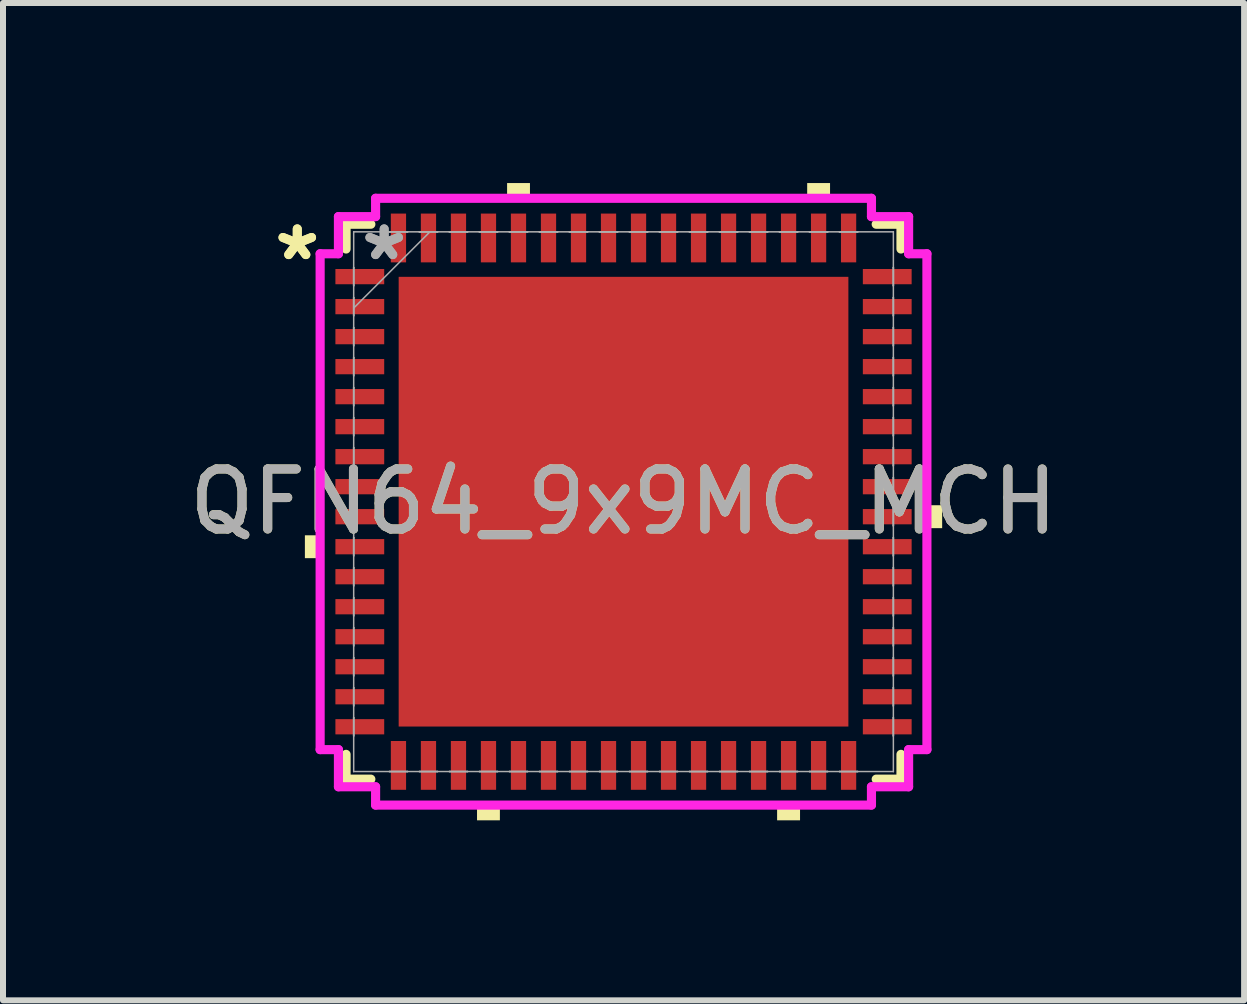
<source format=kicad_pcb>
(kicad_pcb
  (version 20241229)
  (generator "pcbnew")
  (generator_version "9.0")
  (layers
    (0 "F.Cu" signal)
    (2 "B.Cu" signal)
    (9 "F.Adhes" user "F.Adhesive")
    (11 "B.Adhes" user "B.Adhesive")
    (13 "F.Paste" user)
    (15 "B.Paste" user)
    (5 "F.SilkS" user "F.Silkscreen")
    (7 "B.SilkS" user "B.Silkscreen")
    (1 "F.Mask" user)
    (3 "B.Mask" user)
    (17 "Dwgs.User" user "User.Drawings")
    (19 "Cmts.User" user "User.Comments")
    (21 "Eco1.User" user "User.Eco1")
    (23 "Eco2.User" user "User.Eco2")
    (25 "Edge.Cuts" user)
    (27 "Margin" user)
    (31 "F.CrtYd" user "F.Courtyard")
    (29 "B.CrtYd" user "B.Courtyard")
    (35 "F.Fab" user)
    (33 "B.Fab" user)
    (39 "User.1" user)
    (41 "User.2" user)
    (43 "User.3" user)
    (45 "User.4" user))
  (footprint "QFN64_9x9MC_MCH"
    (layer "F.Cu")
    (at 7.339 5.309)
    (property "Reference" "QFN64_9x9MC_MCH" (at 0 0 0) (unlocked yes) (layer "F.SilkS") (effects (font (size 1 1) (thickness 0.15))))
    (attr smd)
    (fp_line (start -4.623 -4.623) (end -4.623 -4.21) (stroke (width 0.152) (type solid)) (layer "F.SilkS"))
    (fp_line (start -4.623 4.21) (end -4.623 4.623) (stroke (width 0.152) (type solid)) (layer "F.SilkS"))
    (fp_line (start -4.623 4.623) (end -4.21 4.623) (stroke (width 0.152) (type solid)) (layer "F.SilkS"))
    (fp_line (start -4.21 -4.623) (end -4.623 -4.623) (stroke (width 0.152) (type solid)) (layer "F.SilkS"))
    (fp_line (start 4.21 4.623) (end 4.623 4.623) (stroke (width 0.152) (type solid)) (layer "F.SilkS"))
    (fp_line (start 4.623 -4.623) (end 4.21 -4.623) (stroke (width 0.152) (type solid)) (layer "F.SilkS"))
    (fp_line (start 4.623 -4.21) (end 4.623 -4.623) (stroke (width 0.152) (type solid)) (layer "F.SilkS"))
    (fp_line (start 4.623 4.623) (end 4.623 4.21) (stroke (width 0.152) (type solid)) (layer "F.SilkS"))
    (fp_poly (pts (xy -5.309 0.56) (xy -5.309 0.941) (xy -5.055 0.941) (xy -5.055 0.56)) (stroke (width 0) (type solid)) (fill yes) (layer "F.SilkS"))
    (fp_poly (pts (xy -2.441 5.055) (xy -2.441 5.309) (xy -2.06 5.309) (xy -2.06 5.055)) (stroke (width 0) (type solid)) (fill yes) (layer "F.SilkS"))
    (fp_poly (pts (xy -1.94 -5.055) (xy -1.94 -5.309) (xy -1.559 -5.309) (xy -1.559 -5.055)) (stroke (width 0) (type solid)) (fill yes) (layer "F.SilkS"))
    (fp_poly (pts (xy 2.559 5.055) (xy 2.559 5.309) (xy 2.941 5.309) (xy 2.941 5.055)) (stroke (width 0) (type solid)) (fill yes) (layer "F.SilkS"))
    (fp_poly (pts (xy 3.06 -5.055) (xy 3.06 -5.309) (xy 3.441 -5.309) (xy 3.441 -5.055)) (stroke (width 0) (type solid)) (fill yes) (layer "F.SilkS"))
    (fp_poly (pts (xy 5.309 0.059) (xy 5.309 0.441) (xy 5.055 0.441) (xy 5.055 0.059)) (stroke (width 0) (type solid)) (fill yes) (layer "F.SilkS"))
    (fp_poly (pts (xy -3.647 -3.647) (xy -3.647 -2.348) (xy -2.348 -2.348) (xy -2.348 -3.647)) (stroke (width 0) (type solid)) (fill yes) (layer "F.Paste"))
    (fp_poly (pts (xy -3.647 -2.148) (xy -3.647 -0.849) (xy -2.348 -0.849) (xy -2.348 -2.148)) (stroke (width 0) (type solid)) (fill yes) (layer "F.Paste"))
    (fp_poly (pts (xy -3.647 -0.649) (xy -3.647 0.649) (xy -2.348 0.649) (xy -2.348 -0.649)) (stroke (width 0) (type solid)) (fill yes) (layer "F.Paste"))
    (fp_poly (pts (xy -3.647 0.849) (xy -3.647 2.148) (xy -2.348 2.148) (xy -2.348 0.849)) (stroke (width 0) (type solid)) (fill yes) (layer "F.Paste"))
    (fp_poly (pts (xy -3.647 2.348) (xy -3.647 3.647) (xy -2.348 3.647) (xy -2.348 2.348)) (stroke (width 0) (type solid)) (fill yes) (layer "F.Paste"))
    (fp_poly (pts (xy -2.148 -3.647) (xy -2.148 -2.348) (xy -0.849 -2.348) (xy -0.849 -3.647)) (stroke (width 0) (type solid)) (fill yes) (layer "F.Paste"))
    (fp_poly (pts (xy -2.148 -2.148) (xy -2.148 -0.849) (xy -0.849 -0.849) (xy -0.849 -2.148)) (stroke (width 0) (type solid)) (fill yes) (layer "F.Paste"))
    (fp_poly (pts (xy -2.148 -0.649) (xy -2.148 0.649) (xy -0.849 0.649) (xy -0.849 -0.649)) (stroke (width 0) (type solid)) (fill yes) (layer "F.Paste"))
    (fp_poly (pts (xy -2.148 0.849) (xy -2.148 2.148) (xy -0.849 2.148) (xy -0.849 0.849)) (stroke (width 0) (type solid)) (fill yes) (layer "F.Paste"))
    (fp_poly (pts (xy -2.148 2.348) (xy -2.148 3.647) (xy -0.849 3.647) (xy -0.849 2.348)) (stroke (width 0) (type solid)) (fill yes) (layer "F.Paste"))
    (fp_poly (pts (xy -0.649 -3.647) (xy -0.649 -2.348) (xy 0.649 -2.348) (xy 0.649 -3.647)) (stroke (width 0) (type solid)) (fill yes) (layer "F.Paste"))
    (fp_poly (pts (xy -0.649 -2.148) (xy -0.649 -0.849) (xy 0.649 -0.849) (xy 0.649 -2.148)) (stroke (width 0) (type solid)) (fill yes) (layer "F.Paste"))
    (fp_poly (pts (xy -0.649 -0.649) (xy -0.649 0.649) (xy 0.649 0.649) (xy 0.649 -0.649)) (stroke (width 0) (type solid)) (fill yes) (layer "F.Paste"))
    (fp_poly (pts (xy -0.649 0.849) (xy -0.649 2.148) (xy 0.649 2.148) (xy 0.649 0.849)) (stroke (width 0) (type solid)) (fill yes) (layer "F.Paste"))
    (fp_poly (pts (xy -0.649 2.348) (xy -0.649 3.647) (xy 0.649 3.647) (xy 0.649 2.348)) (stroke (width 0) (type solid)) (fill yes) (layer "F.Paste"))
    (fp_poly (pts (xy 0.849 -3.647) (xy 0.849 -2.348) (xy 2.148 -2.348) (xy 2.148 -3.647)) (stroke (width 0) (type solid)) (fill yes) (layer "F.Paste"))
    (fp_poly (pts (xy 0.849 -2.148) (xy 0.849 -0.849) (xy 2.148 -0.849) (xy 2.148 -2.148)) (stroke (width 0) (type solid)) (fill yes) (layer "F.Paste"))
    (fp_poly (pts (xy 0.849 -0.649) (xy 0.849 0.649) (xy 2.148 0.649) (xy 2.148 -0.649)) (stroke (width 0) (type solid)) (fill yes) (layer "F.Paste"))
    (fp_poly (pts (xy 0.849 0.849) (xy 0.849 2.148) (xy 2.148 2.148) (xy 2.148 0.849)) (stroke (width 0) (type solid)) (fill yes) (layer "F.Paste"))
    (fp_poly (pts (xy 0.849 2.348) (xy 0.849 3.647) (xy 2.148 3.647) (xy 2.148 2.348)) (stroke (width 0) (type solid)) (fill yes) (layer "F.Paste"))
    (fp_poly (pts (xy 2.348 -3.647) (xy 2.348 -2.348) (xy 3.647 -2.348) (xy 3.647 -3.647)) (stroke (width 0) (type solid)) (fill yes) (layer "F.Paste"))
    (fp_poly (pts (xy 2.348 -2.148) (xy 2.348 -0.849) (xy 3.647 -0.849) (xy 3.647 -2.148)) (stroke (width 0) (type solid)) (fill yes) (layer "F.Paste"))
    (fp_poly (pts (xy 2.348 -0.649) (xy 2.348 0.649) (xy 3.647 0.649) (xy 3.647 -0.649)) (stroke (width 0) (type solid)) (fill yes) (layer "F.Paste"))
    (fp_poly (pts (xy 2.348 0.849) (xy 2.348 2.148) (xy 3.647 2.148) (xy 3.647 0.849)) (stroke (width 0) (type solid)) (fill yes) (layer "F.Paste"))
    (fp_poly (pts (xy 2.348 2.348) (xy 2.348 3.647) (xy 3.647 3.647) (xy 3.647 2.348)) (stroke (width 0) (type solid)) (fill yes) (layer "F.Paste"))
    (fp_line (start -5.055 -4.131) (end -4.75 -4.131) (stroke (width 0.152) (type solid)) (layer "F.CrtYd"))
    (fp_line (start -5.055 4.131) (end -5.055 -4.131) (stroke (width 0.152) (type solid)) (layer "F.CrtYd"))
    (fp_line (start -4.75 -4.75) (end -4.131 -4.75) (stroke (width 0.152) (type solid)) (layer "F.CrtYd"))
    (fp_line (start -4.75 -4.131) (end -4.75 -4.75) (stroke (width 0.152) (type solid)) (layer "F.CrtYd"))
    (fp_line (start -4.75 4.131) (end -5.055 4.131) (stroke (width 0.152) (type solid)) (layer "F.CrtYd"))
    (fp_line (start -4.75 4.75) (end -4.75 4.131) (stroke (width 0.152) (type solid)) (layer "F.CrtYd"))
    (fp_line (start -4.131 -5.055) (end 4.131 -5.055) (stroke (width 0.152) (type solid)) (layer "F.CrtYd"))
    (fp_line (start -4.131 -4.75) (end -4.131 -5.055) (stroke (width 0.152) (type solid)) (layer "F.CrtYd"))
    (fp_line (start -4.131 4.75) (end -4.75 4.75) (stroke (width 0.152) (type solid)) (layer "F.CrtYd"))
    (fp_line (start -4.131 5.055) (end -4.131 4.75) (stroke (width 0.152) (type solid)) (layer "F.CrtYd"))
    (fp_line (start 4.131 -5.055) (end 4.131 -4.75) (stroke (width 0.152) (type solid)) (layer "F.CrtYd"))
    (fp_line (start 4.131 -4.75) (end 4.75 -4.75) (stroke (width 0.152) (type solid)) (layer "F.CrtYd"))
    (fp_line (start 4.131 4.75) (end 4.131 5.055) (stroke (width 0.152) (type solid)) (layer "F.CrtYd"))
    (fp_line (start 4.131 5.055) (end -4.131 5.055) (stroke (width 0.152) (type solid)) (layer "F.CrtYd"))
    (fp_line (start 4.75 -4.75) (end 4.75 -4.131) (stroke (width 0.152) (type solid)) (layer "F.CrtYd"))
    (fp_line (start 4.75 -4.131) (end 5.055 -4.131) (stroke (width 0.152) (type solid)) (layer "F.CrtYd"))
    (fp_line (start 4.75 4.131) (end 4.75 4.75) (stroke (width 0.152) (type solid)) (layer "F.CrtYd"))
    (fp_line (start 4.75 4.75) (end 4.131 4.75) (stroke (width 0.152) (type solid)) (layer "F.CrtYd"))
    (fp_line (start 5.055 -4.131) (end 5.055 4.131) (stroke (width 0.152) (type solid)) (layer "F.CrtYd"))
    (fp_line (start 5.055 4.131) (end 4.75 4.131) (stroke (width 0.152) (type solid)) (layer "F.CrtYd"))
    (fp_line (start -4.496 -4.496) (end -4.496 -4.496) (stroke (width 0.025) (type solid)) (layer "F.Fab"))
    (fp_line (start -4.496 -4.496) (end -4.496 4.496) (stroke (width 0.025) (type solid)) (layer "F.Fab"))
    (fp_line (start -4.496 -3.902) (end -4.496 -3.902) (stroke (width 0.025) (type solid)) (layer "F.Fab"))
    (fp_line (start -4.496 -3.902) (end -4.496 -3.598) (stroke (width 0.025) (type solid)) (layer "F.Fab"))
    (fp_line (start -4.496 -3.598) (end -4.496 -3.902) (stroke (width 0.025) (type solid)) (layer "F.Fab"))
    (fp_line (start -4.496 -3.598) (end -4.496 -3.598) (stroke (width 0.025) (type solid)) (layer "F.Fab"))
    (fp_line (start -4.496 -3.402) (end -4.496 -3.402) (stroke (width 0.025) (type solid)) (layer "F.Fab"))
    (fp_line (start -4.496 -3.402) (end -4.496 -3.098) (stroke (width 0.025) (type solid)) (layer "F.Fab"))
    (fp_line (start -4.496 -3.226) (end -3.226 -4.496) (stroke (width 0.025) (type solid)) (layer "F.Fab"))
    (fp_line (start -4.496 -3.098) (end -4.496 -3.402) (stroke (width 0.025) (type solid)) (layer "F.Fab"))
    (fp_line (start -4.496 -3.098) (end -4.496 -3.098) (stroke (width 0.025) (type solid)) (layer "F.Fab"))
    (fp_line (start -4.496 -2.902) (end -4.496 -2.902) (stroke (width 0.025) (type solid)) (layer "F.Fab"))
    (fp_line (start -4.496 -2.902) (end -4.496 -2.598) (stroke (width 0.025) (type solid)) (layer "F.Fab"))
    (fp_line (start -4.496 -2.598) (end -4.496 -2.902) (stroke (width 0.025) (type solid)) (layer "F.Fab"))
    (fp_line (start -4.496 -2.598) (end -4.496 -2.598) (stroke (width 0.025) (type solid)) (layer "F.Fab"))
    (fp_line (start -4.496 -2.402) (end -4.496 -2.402) (stroke (width 0.025) (type solid)) (layer "F.Fab"))
    (fp_line (start -4.496 -2.402) (end -4.496 -2.098) (stroke (width 0.025) (type solid)) (layer "F.Fab"))
    (fp_line (start -4.496 -2.098) (end -4.496 -2.402) (stroke (width 0.025) (type solid)) (layer "F.Fab"))
    (fp_line (start -4.496 -2.098) (end -4.496 -2.098) (stroke (width 0.025) (type solid)) (layer "F.Fab"))
    (fp_line (start -4.496 -1.902) (end -4.496 -1.902) (stroke (width 0.025) (type solid)) (layer "F.Fab"))
    (fp_line (start -4.496 -1.902) (end -4.496 -1.598) (stroke (width 0.025) (type solid)) (layer "F.Fab"))
    (fp_line (start -4.496 -1.598) (end -4.496 -1.902) (stroke (width 0.025) (type solid)) (layer "F.Fab"))
    (fp_line (start -4.496 -1.598) (end -4.496 -1.598) (stroke (width 0.025) (type solid)) (layer "F.Fab"))
    (fp_line (start -4.496 -1.402) (end -4.496 -1.402) (stroke (width 0.025) (type solid)) (layer "F.Fab"))
    (fp_line (start -4.496 -1.402) (end -4.496 -1.098) (stroke (width 0.025) (type solid)) (layer "F.Fab"))
    (fp_line (start -4.496 -1.098) (end -4.496 -1.402) (stroke (width 0.025) (type solid)) (layer "F.Fab"))
    (fp_line (start -4.496 -1.098) (end -4.496 -1.098) (stroke (width 0.025) (type solid)) (layer "F.Fab"))
    (fp_line (start -4.496 -0.902) (end -4.496 -0.902) (stroke (width 0.025) (type solid)) (layer "F.Fab"))
    (fp_line (start -4.496 -0.902) (end -4.496 -0.598) (stroke (width 0.025) (type solid)) (layer "F.Fab"))
    (fp_line (start -4.496 -0.598) (end -4.496 -0.902) (stroke (width 0.025) (type solid)) (layer "F.Fab"))
    (fp_line (start -4.496 -0.598) (end -4.496 -0.598) (stroke (width 0.025) (type solid)) (layer "F.Fab"))
    (fp_line (start -4.496 -0.402) (end -4.496 -0.402) (stroke (width 0.025) (type solid)) (layer "F.Fab"))
    (fp_line (start -4.496 -0.402) (end -4.496 -0.098) (stroke (width 0.025) (type solid)) (layer "F.Fab"))
    (fp_line (start -4.496 -0.098) (end -4.496 -0.402) (stroke (width 0.025) (type solid)) (layer "F.Fab"))
    (fp_line (start -4.496 -0.098) (end -4.496 -0.098) (stroke (width 0.025) (type solid)) (layer "F.Fab"))
    (fp_line (start -4.496 0.098) (end -4.496 0.098) (stroke (width 0.025) (type solid)) (layer "F.Fab"))
    (fp_line (start -4.496 0.098) (end -4.496 0.402) (stroke (width 0.025) (type solid)) (layer "F.Fab"))
    (fp_line (start -4.496 0.402) (end -4.496 0.098) (stroke (width 0.025) (type solid)) (layer "F.Fab"))
    (fp_line (start -4.496 0.402) (end -4.496 0.402) (stroke (width 0.025) (type solid)) (layer "F.Fab"))
    (fp_line (start -4.496 0.598) (end -4.496 0.598) (stroke (width 0.025) (type solid)) (layer "F.Fab"))
    (fp_line (start -4.496 0.598) (end -4.496 0.902) (stroke (width 0.025) (type solid)) (layer "F.Fab"))
    (fp_line (start -4.496 0.902) (end -4.496 0.598) (stroke (width 0.025) (type solid)) (layer "F.Fab"))
    (fp_line (start -4.496 0.902) (end -4.496 0.902) (stroke (width 0.025) (type solid)) (layer "F.Fab"))
    (fp_line (start -4.496 1.098) (end -4.496 1.098) (stroke (width 0.025) (type solid)) (layer "F.Fab"))
    (fp_line (start -4.496 1.098) (end -4.496 1.402) (stroke (width 0.025) (type solid)) (layer "F.Fab"))
    (fp_line (start -4.496 1.402) (end -4.496 1.098) (stroke (width 0.025) (type solid)) (layer "F.Fab"))
    (fp_line (start -4.496 1.402) (end -4.496 1.402) (stroke (width 0.025) (type solid)) (layer "F.Fab"))
    (fp_line (start -4.496 1.598) (end -4.496 1.598) (stroke (width 0.025) (type solid)) (layer "F.Fab"))
    (fp_line (start -4.496 1.598) (end -4.496 1.902) (stroke (width 0.025) (type solid)) (layer "F.Fab"))
    (fp_line (start -4.496 1.902) (end -4.496 1.598) (stroke (width 0.025) (type solid)) (layer "F.Fab"))
    (fp_line (start -4.496 1.902) (end -4.496 1.902) (stroke (width 0.025) (type solid)) (layer "F.Fab"))
    (fp_line (start -4.496 2.098) (end -4.496 2.098) (stroke (width 0.025) (type solid)) (layer "F.Fab"))
    (fp_line (start -4.496 2.098) (end -4.496 2.402) (stroke (width 0.025) (type solid)) (layer "F.Fab"))
    (fp_line (start -4.496 2.402) (end -4.496 2.098) (stroke (width 0.025) (type solid)) (layer "F.Fab"))
    (fp_line (start -4.496 2.402) (end -4.496 2.402) (stroke (width 0.025) (type solid)) (layer "F.Fab"))
    (fp_line (start -4.496 2.598) (end -4.496 2.598) (stroke (width 0.025) (type solid)) (layer "F.Fab"))
    (fp_line (start -4.496 2.598) (end -4.496 2.902) (stroke (width 0.025) (type solid)) (layer "F.Fab"))
    (fp_line (start -4.496 2.902) (end -4.496 2.598) (stroke (width 0.025) (type solid)) (layer "F.Fab"))
    (fp_line (start -4.496 2.902) (end -4.496 2.902) (stroke (width 0.025) (type solid)) (layer "F.Fab"))
    (fp_line (start -4.496 3.098) (end -4.496 3.098) (stroke (width 0.025) (type solid)) (layer "F.Fab"))
    (fp_line (start -4.496 3.098) (end -4.496 3.402) (stroke (width 0.025) (type solid)) (layer "F.Fab"))
    (fp_line (start -4.496 3.402) (end -4.496 3.098) (stroke (width 0.025) (type solid)) (layer "F.Fab"))
    (fp_line (start -4.496 3.402) (end -4.496 3.402) (stroke (width 0.025) (type solid)) (layer "F.Fab"))
    (fp_line (start -4.496 3.598) (end -4.496 3.598) (stroke (width 0.025) (type solid)) (layer "F.Fab"))
    (fp_line (start -4.496 3.598) (end -4.496 3.902) (stroke (width 0.025) (type solid)) (layer "F.Fab"))
    (fp_line (start -4.496 3.902) (end -4.496 3.598) (stroke (width 0.025) (type solid)) (layer "F.Fab"))
    (fp_line (start -4.496 3.902) (end -4.496 3.902) (stroke (width 0.025) (type solid)) (layer "F.Fab"))
    (fp_line (start -4.496 4.496) (end -4.496 4.496) (stroke (width 0.025) (type solid)) (layer "F.Fab"))
    (fp_line (start -4.496 4.496) (end 4.496 4.496) (stroke (width 0.025) (type solid)) (layer "F.Fab"))
    (fp_line (start -3.902 -4.496) (end -3.902 -4.496) (stroke (width 0.025) (type solid)) (layer "F.Fab"))
    (fp_line (start -3.902 -4.496) (end -3.598 -4.496) (stroke (width 0.025) (type solid)) (layer "F.Fab"))
    (fp_line (start -3.902 4.496) (end -3.902 4.496) (stroke (width 0.025) (type solid)) (layer "F.Fab"))
    (fp_line (start -3.902 4.496) (end -3.598 4.496) (stroke (width 0.025) (type solid)) (layer "F.Fab"))
    (fp_line (start -3.598 -4.496) (end -3.902 -4.496) (stroke (width 0.025) (type solid)) (layer "F.Fab"))
    (fp_line (start -3.598 -4.496) (end -3.598 -4.496) (stroke (width 0.025) (type solid)) (layer "F.Fab"))
    (fp_line (start -3.598 4.496) (end -3.902 4.496) (stroke (width 0.025) (type solid)) (layer "F.Fab"))
    (fp_line (start -3.598 4.496) (end -3.598 4.496) (stroke (width 0.025) (type solid)) (layer "F.Fab"))
    (fp_line (start -3.402 -4.496) (end -3.402 -4.496) (stroke (width 0.025) (type solid)) (layer "F.Fab"))
    (fp_line (start -3.402 -4.496) (end -3.098 -4.496) (stroke (width 0.025) (type solid)) (layer "F.Fab"))
    (fp_line (start -3.402 4.496) (end -3.402 4.496) (stroke (width 0.025) (type solid)) (layer "F.Fab"))
    (fp_line (start -3.402 4.496) (end -3.098 4.496) (stroke (width 0.025) (type solid)) (layer "F.Fab"))
    (fp_line (start -3.098 -4.496) (end -3.402 -4.496) (stroke (width 0.025) (type solid)) (layer "F.Fab"))
    (fp_line (start -3.098 -4.496) (end -3.098 -4.496) (stroke (width 0.025) (type solid)) (layer "F.Fab"))
    (fp_line (start -3.098 4.496) (end -3.402 4.496) (stroke (width 0.025) (type solid)) (layer "F.Fab"))
    (fp_line (start -3.098 4.496) (end -3.098 4.496) (stroke (width 0.025) (type solid)) (layer "F.Fab"))
    (fp_line (start -2.902 -4.496) (end -2.902 -4.496) (stroke (width 0.025) (type solid)) (layer "F.Fab"))
    (fp_line (start -2.902 -4.496) (end -2.598 -4.496) (stroke (width 0.025) (type solid)) (layer "F.Fab"))
    (fp_line (start -2.902 4.496) (end -2.902 4.496) (stroke (width 0.025) (type solid)) (layer "F.Fab"))
    (fp_line (start -2.902 4.496) (end -2.598 4.496) (stroke (width 0.025) (type solid)) (layer "F.Fab"))
    (fp_line (start -2.598 -4.496) (end -2.902 -4.496) (stroke (width 0.025) (type solid)) (layer "F.Fab"))
    (fp_line (start -2.598 -4.496) (end -2.598 -4.496) (stroke (width 0.025) (type solid)) (layer "F.Fab"))
    (fp_line (start -2.598 4.496) (end -2.902 4.496) (stroke (width 0.025) (type solid)) (layer "F.Fab"))
    (fp_line (start -2.598 4.496) (end -2.598 4.496) (stroke (width 0.025) (type solid)) (layer "F.Fab"))
    (fp_line (start -2.402 -4.496) (end -2.402 -4.496) (stroke (width 0.025) (type solid)) (layer "F.Fab"))
    (fp_line (start -2.402 -4.496) (end -2.098 -4.496) (stroke (width 0.025) (type solid)) (layer "F.Fab"))
    (fp_line (start -2.402 4.496) (end -2.402 4.496) (stroke (width 0.025) (type solid)) (layer "F.Fab"))
    (fp_line (start -2.402 4.496) (end -2.098 4.496) (stroke (width 0.025) (type solid)) (layer "F.Fab"))
    (fp_line (start -2.098 -4.496) (end -2.402 -4.496) (stroke (width 0.025) (type solid)) (layer "F.Fab"))
    (fp_line (start -2.098 -4.496) (end -2.098 -4.496) (stroke (width 0.025) (type solid)) (layer "F.Fab"))
    (fp_line (start -2.098 4.496) (end -2.402 4.496) (stroke (width 0.025) (type solid)) (layer "F.Fab"))
    (fp_line (start -2.098 4.496) (end -2.098 4.496) (stroke (width 0.025) (type solid)) (layer "F.Fab"))
    (fp_line (start -1.902 -4.496) (end -1.902 -4.496) (stroke (width 0.025) (type solid)) (layer "F.Fab"))
    (fp_line (start -1.902 -4.496) (end -1.598 -4.496) (stroke (width 0.025) (type solid)) (layer "F.Fab"))
    (fp_line (start -1.902 4.496) (end -1.902 4.496) (stroke (width 0.025) (type solid)) (layer "F.Fab"))
    (fp_line (start -1.902 4.496) (end -1.598 4.496) (stroke (width 0.025) (type solid)) (layer "F.Fab"))
    (fp_line (start -1.598 -4.496) (end -1.902 -4.496) (stroke (width 0.025) (type solid)) (layer "F.Fab"))
    (fp_line (start -1.598 -4.496) (end -1.598 -4.496) (stroke (width 0.025) (type solid)) (layer "F.Fab"))
    (fp_line (start -1.598 4.496) (end -1.902 4.496) (stroke (width 0.025) (type solid)) (layer "F.Fab"))
    (fp_line (start -1.598 4.496) (end -1.598 4.496) (stroke (width 0.025) (type solid)) (layer "F.Fab"))
    (fp_line (start -1.402 -4.496) (end -1.402 -4.496) (stroke (width 0.025) (type solid)) (layer "F.Fab"))
    (fp_line (start -1.402 -4.496) (end -1.098 -4.496) (stroke (width 0.025) (type solid)) (layer "F.Fab"))
    (fp_line (start -1.402 4.496) (end -1.402 4.496) (stroke (width 0.025) (type solid)) (layer "F.Fab"))
    (fp_line (start -1.402 4.496) (end -1.098 4.496) (stroke (width 0.025) (type solid)) (layer "F.Fab"))
    (fp_line (start -1.098 -4.496) (end -1.402 -4.496) (stroke (width 0.025) (type solid)) (layer "F.Fab"))
    (fp_line (start -1.098 -4.496) (end -1.098 -4.496) (stroke (width 0.025) (type solid)) (layer "F.Fab"))
    (fp_line (start -1.098 4.496) (end -1.402 4.496) (stroke (width 0.025) (type solid)) (layer "F.Fab"))
    (fp_line (start -1.098 4.496) (end -1.098 4.496) (stroke (width 0.025) (type solid)) (layer "F.Fab"))
    (fp_line (start -0.902 -4.496) (end -0.902 -4.496) (stroke (width 0.025) (type solid)) (layer "F.Fab"))
    (fp_line (start -0.902 -4.496) (end -0.598 -4.496) (stroke (width 0.025) (type solid)) (layer "F.Fab"))
    (fp_line (start -0.902 4.496) (end -0.902 4.496) (stroke (width 0.025) (type solid)) (layer "F.Fab"))
    (fp_line (start -0.902 4.496) (end -0.598 4.496) (stroke (width 0.025) (type solid)) (layer "F.Fab"))
    (fp_line (start -0.598 -4.496) (end -0.902 -4.496) (stroke (width 0.025) (type solid)) (layer "F.Fab"))
    (fp_line (start -0.598 -4.496) (end -0.598 -4.496) (stroke (width 0.025) (type solid)) (layer "F.Fab"))
    (fp_line (start -0.598 4.496) (end -0.902 4.496) (stroke (width 0.025) (type solid)) (layer "F.Fab"))
    (fp_line (start -0.598 4.496) (end -0.598 4.496) (stroke (width 0.025) (type solid)) (layer "F.Fab"))
    (fp_line (start -0.402 -4.496) (end -0.402 -4.496) (stroke (width 0.025) (type solid)) (layer "F.Fab"))
    (fp_line (start -0.402 -4.496) (end -0.098 -4.496) (stroke (width 0.025) (type solid)) (layer "F.Fab"))
    (fp_line (start -0.402 4.496) (end -0.402 4.496) (stroke (width 0.025) (type solid)) (layer "F.Fab"))
    (fp_line (start -0.402 4.496) (end -0.098 4.496) (stroke (width 0.025) (type solid)) (layer "F.Fab"))
    (fp_line (start -0.098 -4.496) (end -0.402 -4.496) (stroke (width 0.025) (type solid)) (layer "F.Fab"))
    (fp_line (start -0.098 -4.496) (end -0.098 -4.496) (stroke (width 0.025) (type solid)) (layer "F.Fab"))
    (fp_line (start -0.098 4.496) (end -0.402 4.496) (stroke (width 0.025) (type solid)) (layer "F.Fab"))
    (fp_line (start -0.098 4.496) (end -0.098 4.496) (stroke (width 0.025) (type solid)) (layer "F.Fab"))
    (fp_line (start 0.098 -4.496) (end 0.098 -4.496) (stroke (width 0.025) (type solid)) (layer "F.Fab"))
    (fp_line (start 0.098 -4.496) (end 0.402 -4.496) (stroke (width 0.025) (type solid)) (layer "F.Fab"))
    (fp_line (start 0.098 4.496) (end 0.098 4.496) (stroke (width 0.025) (type solid)) (layer "F.Fab"))
    (fp_line (start 0.098 4.496) (end 0.402 4.496) (stroke (width 0.025) (type solid)) (layer "F.Fab"))
    (fp_line (start 0.402 -4.496) (end 0.098 -4.496) (stroke (width 0.025) (type solid)) (layer "F.Fab"))
    (fp_line (start 0.402 -4.496) (end 0.402 -4.496) (stroke (width 0.025) (type solid)) (layer "F.Fab"))
    (fp_line (start 0.402 4.496) (end 0.098 4.496) (stroke (width 0.025) (type solid)) (layer "F.Fab"))
    (fp_line (start 0.402 4.496) (end 0.402 4.496) (stroke (width 0.025) (type solid)) (layer "F.Fab"))
    (fp_line (start 0.598 -4.496) (end 0.598 -4.496) (stroke (width 0.025) (type solid)) (layer "F.Fab"))
    (fp_line (start 0.598 -4.496) (end 0.902 -4.496) (stroke (width 0.025) (type solid)) (layer "F.Fab"))
    (fp_line (start 0.598 4.496) (end 0.598 4.496) (stroke (width 0.025) (type solid)) (layer "F.Fab"))
    (fp_line (start 0.598 4.496) (end 0.902 4.496) (stroke (width 0.025) (type solid)) (layer "F.Fab"))
    (fp_line (start 0.902 -4.496) (end 0.598 -4.496) (stroke (width 0.025) (type solid)) (layer "F.Fab"))
    (fp_line (start 0.902 -4.496) (end 0.902 -4.496) (stroke (width 0.025) (type solid)) (layer "F.Fab"))
    (fp_line (start 0.902 4.496) (end 0.598 4.496) (stroke (width 0.025) (type solid)) (layer "F.Fab"))
    (fp_line (start 0.902 4.496) (end 0.902 4.496) (stroke (width 0.025) (type solid)) (layer "F.Fab"))
    (fp_line (start 1.098 -4.496) (end 1.098 -4.496) (stroke (width 0.025) (type solid)) (layer "F.Fab"))
    (fp_line (start 1.098 -4.496) (end 1.402 -4.496) (stroke (width 0.025) (type solid)) (layer "F.Fab"))
    (fp_line (start 1.098 4.496) (end 1.098 4.496) (stroke (width 0.025) (type solid)) (layer "F.Fab"))
    (fp_line (start 1.098 4.496) (end 1.402 4.496) (stroke (width 0.025) (type solid)) (layer "F.Fab"))
    (fp_line (start 1.402 -4.496) (end 1.098 -4.496) (stroke (width 0.025) (type solid)) (layer "F.Fab"))
    (fp_line (start 1.402 -4.496) (end 1.402 -4.496) (stroke (width 0.025) (type solid)) (layer "F.Fab"))
    (fp_line (start 1.402 4.496) (end 1.098 4.496) (stroke (width 0.025) (type solid)) (layer "F.Fab"))
    (fp_line (start 1.402 4.496) (end 1.402 4.496) (stroke (width 0.025) (type solid)) (layer "F.Fab"))
    (fp_line (start 1.598 -4.496) (end 1.598 -4.496) (stroke (width 0.025) (type solid)) (layer "F.Fab"))
    (fp_line (start 1.598 -4.496) (end 1.902 -4.496) (stroke (width 0.025) (type solid)) (layer "F.Fab"))
    (fp_line (start 1.598 4.496) (end 1.598 4.496) (stroke (width 0.025) (type solid)) (layer "F.Fab"))
    (fp_line (start 1.598 4.496) (end 1.902 4.496) (stroke (width 0.025) (type solid)) (layer "F.Fab"))
    (fp_line (start 1.902 -4.496) (end 1.598 -4.496) (stroke (width 0.025) (type solid)) (layer "F.Fab"))
    (fp_line (start 1.902 -4.496) (end 1.902 -4.496) (stroke (width 0.025) (type solid)) (layer "F.Fab"))
    (fp_line (start 1.902 4.496) (end 1.598 4.496) (stroke (width 0.025) (type solid)) (layer "F.Fab"))
    (fp_line (start 1.902 4.496) (end 1.902 4.496) (stroke (width 0.025) (type solid)) (layer "F.Fab"))
    (fp_line (start 2.098 -4.496) (end 2.098 -4.496) (stroke (width 0.025) (type solid)) (layer "F.Fab"))
    (fp_line (start 2.098 -4.496) (end 2.402 -4.496) (stroke (width 0.025) (type solid)) (layer "F.Fab"))
    (fp_line (start 2.098 4.496) (end 2.098 4.496) (stroke (width 0.025) (type solid)) (layer "F.Fab"))
    (fp_line (start 2.098 4.496) (end 2.402 4.496) (stroke (width 0.025) (type solid)) (layer "F.Fab"))
    (fp_line (start 2.402 -4.496) (end 2.098 -4.496) (stroke (width 0.025) (type solid)) (layer "F.Fab"))
    (fp_line (start 2.402 -4.496) (end 2.402 -4.496) (stroke (width 0.025) (type solid)) (layer "F.Fab"))
    (fp_line (start 2.402 4.496) (end 2.098 4.496) (stroke (width 0.025) (type solid)) (layer "F.Fab"))
    (fp_line (start 2.402 4.496) (end 2.402 4.496) (stroke (width 0.025) (type solid)) (layer "F.Fab"))
    (fp_line (start 2.598 -4.496) (end 2.598 -4.496) (stroke (width 0.025) (type solid)) (layer "F.Fab"))
    (fp_line (start 2.598 -4.496) (end 2.902 -4.496) (stroke (width 0.025) (type solid)) (layer "F.Fab"))
    (fp_line (start 2.598 4.496) (end 2.598 4.496) (stroke (width 0.025) (type solid)) (layer "F.Fab"))
    (fp_line (start 2.598 4.496) (end 2.902 4.496) (stroke (width 0.025) (type solid)) (layer "F.Fab"))
    (fp_line (start 2.902 -4.496) (end 2.598 -4.496) (stroke (width 0.025) (type solid)) (layer "F.Fab"))
    (fp_line (start 2.902 -4.496) (end 2.902 -4.496) (stroke (width 0.025) (type solid)) (layer "F.Fab"))
    (fp_line (start 2.902 4.496) (end 2.598 4.496) (stroke (width 0.025) (type solid)) (layer "F.Fab"))
    (fp_line (start 2.902 4.496) (end 2.902 4.496) (stroke (width 0.025) (type solid)) (layer "F.Fab"))
    (fp_line (start 3.098 -4.496) (end 3.098 -4.496) (stroke (width 0.025) (type solid)) (layer "F.Fab"))
    (fp_line (start 3.098 -4.496) (end 3.402 -4.496) (stroke (width 0.025) (type solid)) (layer "F.Fab"))
    (fp_line (start 3.098 4.496) (end 3.098 4.496) (stroke (width 0.025) (type solid)) (layer "F.Fab"))
    (fp_line (start 3.098 4.496) (end 3.402 4.496) (stroke (width 0.025) (type solid)) (layer "F.Fab"))
    (fp_line (start 3.402 -4.496) (end 3.098 -4.496) (stroke (width 0.025) (type solid)) (layer "F.Fab"))
    (fp_line (start 3.402 -4.496) (end 3.402 -4.496) (stroke (width 0.025) (type solid)) (layer "F.Fab"))
    (fp_line (start 3.402 4.496) (end 3.098 4.496) (stroke (width 0.025) (type solid)) (layer "F.Fab"))
    (fp_line (start 3.402 4.496) (end 3.402 4.496) (stroke (width 0.025) (type solid)) (layer "F.Fab"))
    (fp_line (start 3.598 -4.496) (end 3.598 -4.496) (stroke (width 0.025) (type solid)) (layer "F.Fab"))
    (fp_line (start 3.598 -4.496) (end 3.902 -4.496) (stroke (width 0.025) (type solid)) (layer "F.Fab"))
    (fp_line (start 3.598 4.496) (end 3.598 4.496) (stroke (width 0.025) (type solid)) (layer "F.Fab"))
    (fp_line (start 3.598 4.496) (end 3.902 4.496) (stroke (width 0.025) (type solid)) (layer "F.Fab"))
    (fp_line (start 3.902 -4.496) (end 3.598 -4.496) (stroke (width 0.025) (type solid)) (layer "F.Fab"))
    (fp_line (start 3.902 -4.496) (end 3.902 -4.496) (stroke (width 0.025) (type solid)) (layer "F.Fab"))
    (fp_line (start 3.902 4.496) (end 3.598 4.496) (stroke (width 0.025) (type solid)) (layer "F.Fab"))
    (fp_line (start 3.902 4.496) (end 3.902 4.496) (stroke (width 0.025) (type solid)) (layer "F.Fab"))
    (fp_line (start 4.496 -4.496) (end -4.496 -4.496) (stroke (width 0.025) (type solid)) (layer "F.Fab"))
    (fp_line (start 4.496 -4.496) (end 4.496 -4.496) (stroke (width 0.025) (type solid)) (layer "F.Fab"))
    (fp_line (start 4.496 -3.902) (end 4.496 -3.902) (stroke (width 0.025) (type solid)) (layer "F.Fab"))
    (fp_line (start 4.496 -3.902) (end 4.496 -3.598) (stroke (width 0.025) (type solid)) (layer "F.Fab"))
    (fp_line (start 4.496 -3.598) (end 4.496 -3.902) (stroke (width 0.025) (type solid)) (layer "F.Fab"))
    (fp_line (start 4.496 -3.598) (end 4.496 -3.598) (stroke (width 0.025) (type solid)) (layer "F.Fab"))
    (fp_line (start 4.496 -3.402) (end 4.496 -3.402) (stroke (width 0.025) (type solid)) (layer "F.Fab"))
    (fp_line (start 4.496 -3.402) (end 4.496 -3.098) (stroke (width 0.025) (type solid)) (layer "F.Fab"))
    (fp_line (start 4.496 -3.098) (end 4.496 -3.402) (stroke (width 0.025) (type solid)) (layer "F.Fab"))
    (fp_line (start 4.496 -3.098) (end 4.496 -3.098) (stroke (width 0.025) (type solid)) (layer "F.Fab"))
    (fp_line (start 4.496 -2.902) (end 4.496 -2.902) (stroke (width 0.025) (type solid)) (layer "F.Fab"))
    (fp_line (start 4.496 -2.902) (end 4.496 -2.598) (stroke (width 0.025) (type solid)) (layer "F.Fab"))
    (fp_line (start 4.496 -2.598) (end 4.496 -2.902) (stroke (width 0.025) (type solid)) (layer "F.Fab"))
    (fp_line (start 4.496 -2.598) (end 4.496 -2.598) (stroke (width 0.025) (type solid)) (layer "F.Fab"))
    (fp_line (start 4.496 -2.402) (end 4.496 -2.402) (stroke (width 0.025) (type solid)) (layer "F.Fab"))
    (fp_line (start 4.496 -2.402) (end 4.496 -2.098) (stroke (width 0.025) (type solid)) (layer "F.Fab"))
    (fp_line (start 4.496 -2.098) (end 4.496 -2.402) (stroke (width 0.025) (type solid)) (layer "F.Fab"))
    (fp_line (start 4.496 -2.098) (end 4.496 -2.098) (stroke (width 0.025) (type solid)) (layer "F.Fab"))
    (fp_line (start 4.496 -1.902) (end 4.496 -1.902) (stroke (width 0.025) (type solid)) (layer "F.Fab"))
    (fp_line (start 4.496 -1.902) (end 4.496 -1.598) (stroke (width 0.025) (type solid)) (layer "F.Fab"))
    (fp_line (start 4.496 -1.598) (end 4.496 -1.902) (stroke (width 0.025) (type solid)) (layer "F.Fab"))
    (fp_line (start 4.496 -1.598) (end 4.496 -1.598) (stroke (width 0.025) (type solid)) (layer "F.Fab"))
    (fp_line (start 4.496 -1.402) (end 4.496 -1.402) (stroke (width 0.025) (type solid)) (layer "F.Fab"))
    (fp_line (start 4.496 -1.402) (end 4.496 -1.098) (stroke (width 0.025) (type solid)) (layer "F.Fab"))
    (fp_line (start 4.496 -1.098) (end 4.496 -1.402) (stroke (width 0.025) (type solid)) (layer "F.Fab"))
    (fp_line (start 4.496 -1.098) (end 4.496 -1.098) (stroke (width 0.025) (type solid)) (layer "F.Fab"))
    (fp_line (start 4.496 -0.902) (end 4.496 -0.902) (stroke (width 0.025) (type solid)) (layer "F.Fab"))
    (fp_line (start 4.496 -0.902) (end 4.496 -0.598) (stroke (width 0.025) (type solid)) (layer "F.Fab"))
    (fp_line (start 4.496 -0.598) (end 4.496 -0.902) (stroke (width 0.025) (type solid)) (layer "F.Fab"))
    (fp_line (start 4.496 -0.598) (end 4.496 -0.598) (stroke (width 0.025) (type solid)) (layer "F.Fab"))
    (fp_line (start 4.496 -0.402) (end 4.496 -0.402) (stroke (width 0.025) (type solid)) (layer "F.Fab"))
    (fp_line (start 4.496 -0.402) (end 4.496 -0.098) (stroke (width 0.025) (type solid)) (layer "F.Fab"))
    (fp_line (start 4.496 -0.098) (end 4.496 -0.402) (stroke (width 0.025) (type solid)) (layer "F.Fab"))
    (fp_line (start 4.496 -0.098) (end 4.496 -0.098) (stroke (width 0.025) (type solid)) (layer "F.Fab"))
    (fp_line (start 4.496 0.098) (end 4.496 0.098) (stroke (width 0.025) (type solid)) (layer "F.Fab"))
    (fp_line (start 4.496 0.098) (end 4.496 0.402) (stroke (width 0.025) (type solid)) (layer "F.Fab"))
    (fp_line (start 4.496 0.402) (end 4.496 0.098) (stroke (width 0.025) (type solid)) (layer "F.Fab"))
    (fp_line (start 4.496 0.402) (end 4.496 0.402) (stroke (width 0.025) (type solid)) (layer "F.Fab"))
    (fp_line (start 4.496 0.598) (end 4.496 0.598) (stroke (width 0.025) (type solid)) (layer "F.Fab"))
    (fp_line (start 4.496 0.598) (end 4.496 0.902) (stroke (width 0.025) (type solid)) (layer "F.Fab"))
    (fp_line (start 4.496 0.902) (end 4.496 0.598) (stroke (width 0.025) (type solid)) (layer "F.Fab"))
    (fp_line (start 4.496 0.902) (end 4.496 0.902) (stroke (width 0.025) (type solid)) (layer "F.Fab"))
    (fp_line (start 4.496 1.098) (end 4.496 1.098) (stroke (width 0.025) (type solid)) (layer "F.Fab"))
    (fp_line (start 4.496 1.098) (end 4.496 1.402) (stroke (width 0.025) (type solid)) (layer "F.Fab"))
    (fp_line (start 4.496 1.402) (end 4.496 1.098) (stroke (width 0.025) (type solid)) (layer "F.Fab"))
    (fp_line (start 4.496 1.402) (end 4.496 1.402) (stroke (width 0.025) (type solid)) (layer "F.Fab"))
    (fp_line (start 4.496 1.598) (end 4.496 1.598) (stroke (width 0.025) (type solid)) (layer "F.Fab"))
    (fp_line (start 4.496 1.598) (end 4.496 1.902) (stroke (width 0.025) (type solid)) (layer "F.Fab"))
    (fp_line (start 4.496 1.902) (end 4.496 1.598) (stroke (width 0.025) (type solid)) (layer "F.Fab"))
    (fp_line (start 4.496 1.902) (end 4.496 1.902) (stroke (width 0.025) (type solid)) (layer "F.Fab"))
    (fp_line (start 4.496 2.098) (end 4.496 2.098) (stroke (width 0.025) (type solid)) (layer "F.Fab"))
    (fp_line (start 4.496 2.098) (end 4.496 2.402) (stroke (width 0.025) (type solid)) (layer "F.Fab"))
    (fp_line (start 4.496 2.402) (end 4.496 2.098) (stroke (width 0.025) (type solid)) (layer "F.Fab"))
    (fp_line (start 4.496 2.402) (end 4.496 2.402) (stroke (width 0.025) (type solid)) (layer "F.Fab"))
    (fp_line (start 4.496 2.598) (end 4.496 2.598) (stroke (width 0.025) (type solid)) (layer "F.Fab"))
    (fp_line (start 4.496 2.598) (end 4.496 2.902) (stroke (width 0.025) (type solid)) (layer "F.Fab"))
    (fp_line (start 4.496 2.902) (end 4.496 2.598) (stroke (width 0.025) (type solid)) (layer "F.Fab"))
    (fp_line (start 4.496 2.902) (end 4.496 2.902) (stroke (width 0.025) (type solid)) (layer "F.Fab"))
    (fp_line (start 4.496 3.098) (end 4.496 3.098) (stroke (width 0.025) (type solid)) (layer "F.Fab"))
    (fp_line (start 4.496 3.098) (end 4.496 3.402) (stroke (width 0.025) (type solid)) (layer "F.Fab"))
    (fp_line (start 4.496 3.402) (end 4.496 3.098) (stroke (width 0.025) (type solid)) (layer "F.Fab"))
    (fp_line (start 4.496 3.402) (end 4.496 3.402) (stroke (width 0.025) (type solid)) (layer "F.Fab"))
    (fp_line (start 4.496 3.598) (end 4.496 3.598) (stroke (width 0.025) (type solid)) (layer "F.Fab"))
    (fp_line (start 4.496 3.598) (end 4.496 3.902) (stroke (width 0.025) (type solid)) (layer "F.Fab"))
    (fp_line (start 4.496 3.902) (end 4.496 3.598) (stroke (width 0.025) (type solid)) (layer "F.Fab"))
    (fp_line (start 4.496 3.902) (end 4.496 3.902) (stroke (width 0.025) (type solid)) (layer "F.Fab"))
    (fp_line (start 4.496 4.496) (end 4.496 -4.496) (stroke (width 0.025) (type solid)) (layer "F.Fab"))
    (fp_line (start 4.496 4.496) (end 4.496 4.496) (stroke (width 0.025) (type solid)) (layer "F.Fab"))
    (fp_text user "*" (at -5.436 -4 0) (layer "F.SilkS") (effects (font (size 1 1) (thickness 0.15))))
    (fp_text user "*" (at -5.436 -4 0) (unlocked yes) (layer "F.SilkS") (effects (font (size 1 1) (thickness 0.15))))
    (fp_text user "*" (at -3.988 -4 0) (unlocked yes) (layer "F.Fab") (effects (font (size 1 1) (thickness 0.15))))
    (fp_text user "${REFERENCE}" (at 0 0 0) (unlocked yes) (layer "F.Fab") (effects (font (size 1 1) (thickness 0.15))))
    (fp_text user "*" (at -3.988 -4 0) (layer "F.Fab") (effects (font (size 1 1) (thickness 0.15))))
    (pad "1" smd rect (at -4.394 -3.75 90) (size 0.254 0.813) (layers "F.Cu" "F.Mask" "F.Paste"))
    (pad "2" smd rect (at -4.394 -3.25 90) (size 0.254 0.813) (layers "F.Cu" "F.Mask" "F.Paste"))
    (pad "3" smd rect (at -4.394 -2.75 90) (size 0.254 0.813) (layers "F.Cu" "F.Mask" "F.Paste"))
    (pad "4" smd rect (at -4.394 -2.25 90) (size 0.254 0.813) (layers "F.Cu" "F.Mask" "F.Paste"))
    (pad "5" smd rect (at -4.394 -1.75 90) (size 0.254 0.813) (layers "F.Cu" "F.Mask" "F.Paste"))
    (pad "6" smd rect (at -4.394 -1.25 90) (size 0.254 0.813) (layers "F.Cu" "F.Mask" "F.Paste"))
    (pad "7" smd rect (at -4.394 -0.75 90) (size 0.254 0.813) (layers "F.Cu" "F.Mask" "F.Paste"))
    (pad "8" smd rect (at -4.394 -0.25 90) (size 0.254 0.813) (layers "F.Cu" "F.Mask" "F.Paste"))
    (pad "9" smd rect (at -4.394 0.25 90) (size 0.254 0.813) (layers "F.Cu" "F.Mask" "F.Paste"))
    (pad "10" smd rect (at -4.394 0.75 90) (size 0.254 0.813) (layers "F.Cu" "F.Mask" "F.Paste"))
    (pad "11" smd rect (at -4.394 1.25 90) (size 0.254 0.813) (layers "F.Cu" "F.Mask" "F.Paste"))
    (pad "12" smd rect (at -4.394 1.75 90) (size 0.254 0.813) (layers "F.Cu" "F.Mask" "F.Paste"))
    (pad "13" smd rect (at -4.394 2.25 90) (size 0.254 0.813) (layers "F.Cu" "F.Mask" "F.Paste"))
    (pad "14" smd rect (at -4.394 2.75 90) (size 0.254 0.813) (layers "F.Cu" "F.Mask" "F.Paste"))
    (pad "15" smd rect (at -4.394 3.25 90) (size 0.254 0.813) (layers "F.Cu" "F.Mask" "F.Paste"))
    (pad "16" smd rect (at -4.394 3.75 90) (size 0.254 0.813) (layers "F.Cu" "F.Mask" "F.Paste"))
    (pad "17" smd rect (at -3.75 4.394) (size 0.254 0.813) (layers "F.Cu" "F.Mask" "F.Paste"))
    (pad "18" smd rect (at -3.25 4.394) (size 0.254 0.813) (layers "F.Cu" "F.Mask" "F.Paste"))
    (pad "19" smd rect (at -2.75 4.394) (size 0.254 0.813) (layers "F.Cu" "F.Mask" "F.Paste"))
    (pad "20" smd rect (at -2.25 4.394) (size 0.254 0.813) (layers "F.Cu" "F.Mask" "F.Paste"))
    (pad "21" smd rect (at -1.75 4.394) (size 0.254 0.813) (layers "F.Cu" "F.Mask" "F.Paste"))
    (pad "22" smd rect (at -1.25 4.394) (size 0.254 0.813) (layers "F.Cu" "F.Mask" "F.Paste"))
    (pad "23" smd rect (at -0.75 4.394) (size 0.254 0.813) (layers "F.Cu" "F.Mask" "F.Paste"))
    (pad "24" smd rect (at -0.25 4.394) (size 0.254 0.813) (layers "F.Cu" "F.Mask" "F.Paste"))
    (pad "25" smd rect (at 0.25 4.394) (size 0.254 0.813) (layers "F.Cu" "F.Mask" "F.Paste"))
    (pad "26" smd rect (at 0.75 4.394) (size 0.254 0.813) (layers "F.Cu" "F.Mask" "F.Paste"))
    (pad "27" smd rect (at 1.25 4.394) (size 0.254 0.813) (layers "F.Cu" "F.Mask" "F.Paste"))
    (pad "28" smd rect (at 1.75 4.394) (size 0.254 0.813) (layers "F.Cu" "F.Mask" "F.Paste"))
    (pad "29" smd rect (at 2.25 4.394) (size 0.254 0.813) (layers "F.Cu" "F.Mask" "F.Paste"))
    (pad "30" smd rect (at 2.75 4.394) (size 0.254 0.813) (layers "F.Cu" "F.Mask" "F.Paste"))
    (pad "31" smd rect (at 3.25 4.394) (size 0.254 0.813) (layers "F.Cu" "F.Mask" "F.Paste"))
    (pad "32" smd rect (at 3.75 4.394) (size 0.254 0.813) (layers "F.Cu" "F.Mask" "F.Paste"))
    (pad "33" smd rect (at 4.394 3.75 90) (size 0.254 0.813) (layers "F.Cu" "F.Mask" "F.Paste"))
    (pad "34" smd rect (at 4.394 3.25 90) (size 0.254 0.813) (layers "F.Cu" "F.Mask" "F.Paste"))
    (pad "35" smd rect (at 4.394 2.75 90) (size 0.254 0.813) (layers "F.Cu" "F.Mask" "F.Paste"))
    (pad "36" smd rect (at 4.394 2.25 90) (size 0.254 0.813) (layers "F.Cu" "F.Mask" "F.Paste"))
    (pad "37" smd rect (at 4.394 1.75 90) (size 0.254 0.813) (layers "F.Cu" "F.Mask" "F.Paste"))
    (pad "38" smd rect (at 4.394 1.25 90) (size 0.254 0.813) (layers "F.Cu" "F.Mask" "F.Paste"))
    (pad "39" smd rect (at 4.394 0.75 90) (size 0.254 0.813) (layers "F.Cu" "F.Mask" "F.Paste"))
    (pad "40" smd rect (at 4.394 0.25 90) (size 0.254 0.813) (layers "F.Cu" "F.Mask" "F.Paste"))
    (pad "41" smd rect (at 4.394 -0.25 90) (size 0.254 0.813) (layers "F.Cu" "F.Mask" "F.Paste"))
    (pad "42" smd rect (at 4.394 -0.75 90) (size 0.254 0.813) (layers "F.Cu" "F.Mask" "F.Paste"))
    (pad "43" smd rect (at 4.394 -1.25 90) (size 0.254 0.813) (layers "F.Cu" "F.Mask" "F.Paste"))
    (pad "44" smd rect (at 4.394 -1.75 90) (size 0.254 0.813) (layers "F.Cu" "F.Mask" "F.Paste"))
    (pad "45" smd rect (at 4.394 -2.25 90) (size 0.254 0.813) (layers "F.Cu" "F.Mask" "F.Paste"))
    (pad "46" smd rect (at 4.394 -2.75 90) (size 0.254 0.813) (layers "F.Cu" "F.Mask" "F.Paste"))
    (pad "47" smd rect (at 4.394 -3.25 90) (size 0.254 0.813) (layers "F.Cu" "F.Mask" "F.Paste"))
    (pad "48" smd rect (at 4.394 -3.75 90) (size 0.254 0.813) (layers "F.Cu" "F.Mask" "F.Paste"))
    (pad "49" smd rect (at 3.75 -4.394) (size 0.254 0.813) (layers "F.Cu" "F.Mask" "F.Paste"))
    (pad "50" smd rect (at 3.25 -4.394) (size 0.254 0.813) (layers "F.Cu" "F.Mask" "F.Paste"))
    (pad "51" smd rect (at 2.75 -4.394) (size 0.254 0.813) (layers "F.Cu" "F.Mask" "F.Paste"))
    (pad "52" smd rect (at 2.25 -4.394) (size 0.254 0.813) (layers "F.Cu" "F.Mask" "F.Paste"))
    (pad "53" smd rect (at 1.75 -4.394) (size 0.254 0.813) (layers "F.Cu" "F.Mask" "F.Paste"))
    (pad "54" smd rect (at 1.25 -4.394) (size 0.254 0.813) (layers "F.Cu" "F.Mask" "F.Paste"))
    (pad "55" smd rect (at 0.75 -4.394) (size 0.254 0.813) (layers "F.Cu" "F.Mask" "F.Paste"))
    (pad "56" smd rect (at 0.25 -4.394) (size 0.254 0.813) (layers "F.Cu" "F.Mask" "F.Paste"))
    (pad "57" smd rect (at -0.25 -4.394) (size 0.254 0.813) (layers "F.Cu" "F.Mask" "F.Paste"))
    (pad "58" smd rect (at -0.75 -4.394) (size 0.254 0.813) (layers "F.Cu" "F.Mask" "F.Paste"))
    (pad "59" smd rect (at -1.25 -4.394) (size 0.254 0.813) (layers "F.Cu" "F.Mask" "F.Paste"))
    (pad "60" smd rect (at -1.75 -4.394) (size 0.254 0.813) (layers "F.Cu" "F.Mask" "F.Paste"))
    (pad "61" smd rect (at -2.25 -4.394) (size 0.254 0.813) (layers "F.Cu" "F.Mask" "F.Paste"))
    (pad "62" smd rect (at -2.75 -4.394) (size 0.254 0.813) (layers "F.Cu" "F.Mask" "F.Paste"))
    (pad "63" smd rect (at -3.25 -4.394) (size 0.254 0.813) (layers "F.Cu" "F.Mask" "F.Paste"))
    (pad "64" smd rect (at -3.75 -4.394) (size 0.254 0.813) (layers "F.Cu" "F.Mask" "F.Paste"))
    (pad "65" smd rect (at 0 0) (size 7.493 7.493) (layers "F.Cu" "F.Mask" "F.Paste")))
  (gr_rect
    (start -3 -3)
    (end 17.679 13.617)
    (stroke (width 0.1) (type default))
    (fill no)
    (layer "Edge.Cuts")))
</source>
